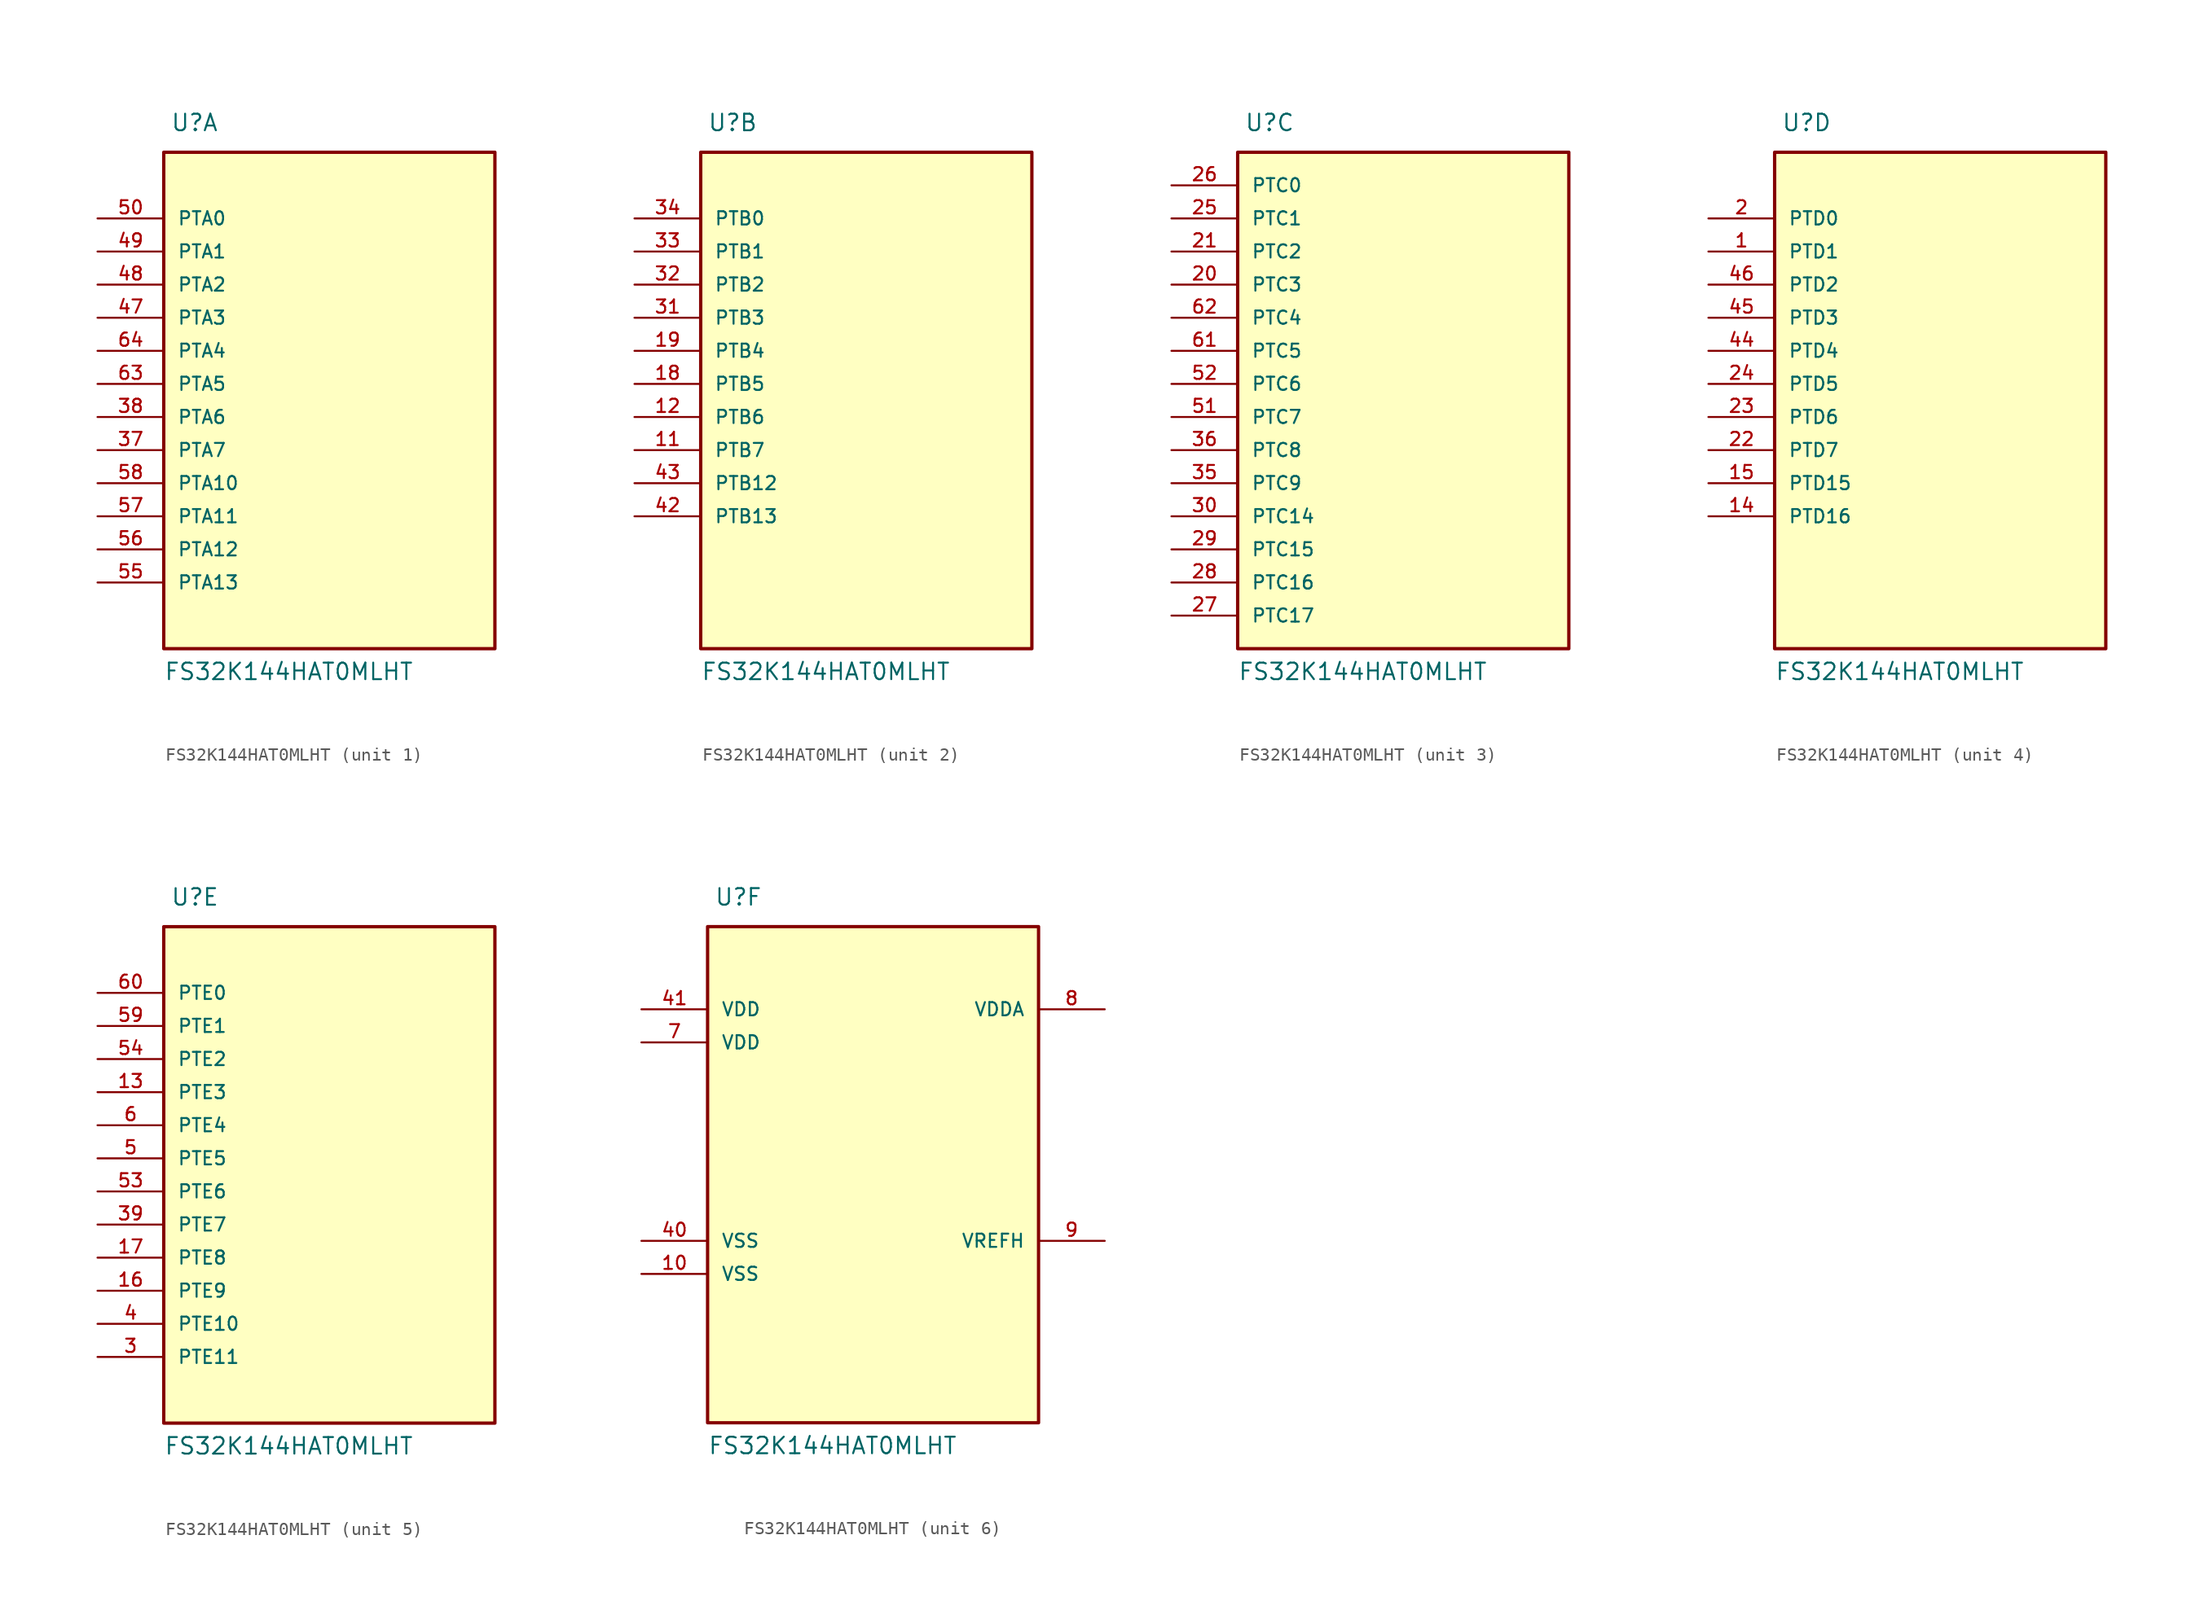
<source format=kicad_sym>
(kicad_symbol_lib
  (version 20231120)
  (generator "kicad_symbol_editor")
  (generator_version "8.0")
  (symbol "FS32K144HAT0MLHT"
    (pin_names
      (offset 1.016))
    (property "Reference" "U"
      (at -12.192 39.624 0)
      (effects (font (size 1.27 1.27)) (justify left bottom)))
    (property "Value" "FS32K144HAT0MLHT"
      (at -12.7 -1.016 0)
      (effects (font (size 1.27 1.27)) (justify left top)))
    (property "ki_locked" ""
      (at 0 0 0)
      (effects (font (size 1.27 1.27))))
    (symbol "FS32K144HAT0MLHT_1_0"
      (rectangle (start -12.7 38.1) (end 12.7 0) (stroke (width 0.254) (type default)) (fill (type background)))
      (pin bidirectional line (at -17.78 15.24 0) (length 5.08) (name "PTA7" (effects (font (size 1.016 1.016)))) (number "37" (effects (font (size 1.016 1.016)))) (alternate "ADC0_SE3" bidirectional line) (alternate "FTM0_FLT2" bidirectional line) (alternate "LPUART1_RTS" bidirectional line) (alternate "RTC_CLKIN" bidirectional line))
      (pin bidirectional line (at -17.78 17.78 0) (length 5.08) (name "PTA6" (effects (font (size 1.016 1.016)))) (number "38" (effects (font (size 1.016 1.016)))) (alternate "ADC0_SE2" bidirectional line) (alternate "FTM0_FLT1" bidirectional line) (alternate "LPSPI1_PCS1" bidirectional line) (alternate "LPUART1_CTS" bidirectional line))
      (pin bidirectional line (at -17.78 25.4 0) (length 5.08) (name "PTA3" (effects (font (size 1.016 1.016)))) (number "47" (effects (font (size 1.016 1.016)))) (alternate "ADC1_SE1" bidirectional line) (alternate "EWM_IN" bidirectional line) (alternate "FTM3_CH1" bidirectional line) (alternate "FXIO_D5" bidirectional line) (alternate "LPI2C0_SCL" bidirectional line) (alternate "LPUART0_TX" bidirectional line))
      (pin bidirectional line (at -17.78 27.94 0) (length 5.08) (name "PTA2" (effects (font (size 1.016 1.016)))) (number "48" (effects (font (size 1.016 1.016)))) (alternate "ADC1_SE0" bidirectional line) (alternate "EWM_OUT_b" bidirectional line) (alternate "FTM3_CH0" bidirectional line) (alternate "FXIO_D4" bidirectional line) (alternate "LPI2C0_SDA" bidirectional line) (alternate "LPUART0_RX" bidirectional line))
      (pin bidirectional line (at -17.78 30.48 0) (length 5.08) (name "PTA1" (effects (font (size 1.016 1.016)))) (number "49" (effects (font (size 1.016 1.016)))) (alternate "ADC0_SE1" bidirectional line) (alternate "CMP0_IN1" bidirectional line) (alternate "FTM1_CH1" bidirectional line) (alternate "FTM1_QD_PHA" bidirectional line) (alternate "FXIO_D3" bidirectional line) (alternate "LPI2C0_SDAS" bidirectional line) (alternate "LPUART0_RTS" bidirectional line) (alternate "TRGMUX_OUT0" bidirectional line))
      (pin bidirectional line (at -17.78 33.02 0) (length 5.08) (name "PTA0" (effects (font (size 1.016 1.016)))) (number "50" (effects (font (size 1.016 1.016)))) (alternate "ADC0_SE0" bidirectional line) (alternate "CMP0_IN0" bidirectional line) (alternate "FTM2_CH1" bidirectional line) (alternate "FTM2_QD_PHA" bidirectional line) (alternate "FXIO_D2" bidirectional line) (alternate "LPI2C0_SCLS" bidirectional line) (alternate "LPUART0_CTS" bidirectional line) (alternate "TRGMUX_OUT3" bidirectional line))
      (pin bidirectional line (at -17.78 5.08 0) (length 5.08) (name "PTA13" (effects (font (size 1.016 1.016)))) (number "55" (effects (font (size 1.016 1.016)))) (alternate "CAN1_TX" bidirectional line) (alternate "FTM1_CH7" bidirectional line) (alternate "FTM2_QD_PHA" bidirectional line))
      (pin bidirectional line (at -17.78 7.62 0) (length 5.08) (name "PTA12" (effects (font (size 1.016 1.016)))) (number "56" (effects (font (size 1.016 1.016)))) (alternate "CAN1_RX" bidirectional line) (alternate "FTM1_CH6" bidirectional line) (alternate "FTM2_QD_PHB" bidirectional line))
      (pin bidirectional line (at -17.78 10.16 0) (length 5.08) (name "PTA11" (effects (font (size 1.016 1.016)))) (number "57" (effects (font (size 1.016 1.016)))) (alternate "CMP0_RRT" bidirectional line) (alternate "FTM1_CH5" bidirectional line) (alternate "FXIO_D1" bidirectional line))
      (pin bidirectional line (at -17.78 12.7 0) (length 5.08) (name "PTA10" (effects (font (size 1.016 1.016)))) (number "58" (effects (font (size 1.016 1.016)))) (alternate "FTM1_CH4" bidirectional line) (alternate "FXIO_D0" bidirectional line) (alternate "JTAG_TDO" bidirectional line) (alternate "TRACE_SWO" bidirectional line))
      (pin bidirectional line (at -17.78 20.32 0) (length 5.08) (name "PTA5" (effects (font (size 1.016 1.016)))) (number "63" (effects (font (size 1.016 1.016)))) (alternate "RESET_b" bidirectional line) (alternate "TCLK1" bidirectional line))
      (pin bidirectional line (at -17.78 22.86 0) (length 5.08) (name "PTA4" (effects (font (size 1.016 1.016)))) (number "64" (effects (font (size 1.016 1.016)))) (alternate "CMP0_OUT" bidirectional line) (alternate "EWM_OUT_b" bidirectional line) (alternate "JTAG_TMS" bidirectional line) (alternate "SWD_DIO" bidirectional line)))
    (symbol "FS32K144HAT0MLHT_2_0"
      (rectangle (start -12.7 38.1) (end 12.7 0) (stroke (width 0.254) (type default)) (fill (type background)))
      (pin bidirectional line (at -17.78 15.24 0) (length 5.08) (name "PTB7" (effects (font (size 1.016 1.016)))) (number "11" (effects (font (size 1.016 1.016)))) (alternate "EXTAL" bidirectional line) (alternate "LPI2C0_SCL" bidirectional line))
      (pin bidirectional line (at -17.78 17.78 0) (length 5.08) (name "PTB6" (effects (font (size 1.016 1.016)))) (number "12" (effects (font (size 1.016 1.016)))) (alternate "LPI2C0_SDA" bidirectional line) (alternate "XTAL" bidirectional line))
      (pin bidirectional line (at -17.78 20.32 0) (length 5.08) (name "PTB5" (effects (font (size 1.016 1.016)))) (number "18" (effects (font (size 1.016 1.016)))) (alternate "CLKOUT" bidirectional line) (alternate "FTM0_CH5" bidirectional line) (alternate "LPSPI0_PCS0" bidirectional line) (alternate "LPSPI0_PCS1" bidirectional line) (alternate "TRGMUX_IN0" bidirectional line))
      (pin bidirectional line (at -17.78 22.86 0) (length 5.08) (name "PTB4" (effects (font (size 1.016 1.016)))) (number "19" (effects (font (size 1.016 1.016)))) (alternate "FTM0_CH4" bidirectional line) (alternate "LPSPI0_SOUT" bidirectional line) (alternate "TRGMUX_IN1" bidirectional line))
      (pin bidirectional line (at -17.78 25.4 0) (length 5.08) (name "PTB3" (effects (font (size 1.016 1.016)))) (number "31" (effects (font (size 1.016 1.016)))) (alternate "ADC0_SE7" bidirectional line) (alternate "FTM1_CH1" bidirectional line) (alternate "FTM1_QD_PHA" bidirectional line) (alternate "LPSPI0_SIN" bidirectional line) (alternate "TRGMUX_IN2" bidirectional line))
      (pin bidirectional line (at -17.78 27.94 0) (length 5.08) (name "PTB2" (effects (font (size 1.016 1.016)))) (number "32" (effects (font (size 1.016 1.016)))) (alternate "ADC0_SE6" bidirectional line) (alternate "FTM1_CH0" bidirectional line) (alternate "FTM1_QD_PHB" bidirectional line) (alternate "LPSPI0_SCK" bidirectional line) (alternate "TRGMUX_IN3" bidirectional line))
      (pin bidirectional line (at -17.78 30.48 0) (length 5.08) (name "PTB1" (effects (font (size 1.016 1.016)))) (number "33" (effects (font (size 1.016 1.016)))) (alternate "ADC0_SE5" bidirectional line) (alternate "ADC1_SE15" bidirectional line) (alternate "CAN0_TX" bidirectional line) (alternate "LPSPI0_SOUT" bidirectional line) (alternate "LPUART0_TX" bidirectional line) (alternate "TCLK0" bidirectional line))
      (pin bidirectional line (at -17.78 33.02 0) (length 5.08) (name "PTB0" (effects (font (size 1.016 1.016)))) (number "34" (effects (font (size 1.016 1.016)))) (alternate "ADC0_SE4" bidirectional line) (alternate "ADC1_SE14" bidirectional line) (alternate "CAN0_RX" bidirectional line) (alternate "LPSPI0_PCS0" bidirectional line) (alternate "LPTMR0_ALT3" bidirectional line) (alternate "LPUART0_RX" bidirectional line))
      (pin bidirectional line (at -17.78 10.16 0) (length 5.08) (name "PTB13" (effects (font (size 1.016 1.016)))) (number "42" (effects (font (size 1.016 1.016)))) (alternate "ADC0_SE8" bidirectional line) (alternate "ADC1_SE8" bidirectional line) (alternate "CAN2_TX" bidirectional line) (alternate "FTM0_CH1" bidirectional line) (alternate "FTM3_FLT1" bidirectional line))
      (pin bidirectional line (at -17.78 12.7 0) (length 5.08) (name "PTB12" (effects (font (size 1.016 1.016)))) (number "43" (effects (font (size 1.016 1.016)))) (alternate "ADC1_SE7" bidirectional line) (alternate "CAN2_RX" bidirectional line) (alternate "FTM0_CH0" bidirectional line) (alternate "FTM3_FLT2" bidirectional line)))
    (symbol "FS32K144HAT0MLHT_3_0"
      (rectangle (start -12.7 38.1) (end 12.7 0) (stroke (width 0.254) (type default)) (fill (type background)))
      (pin bidirectional line (at -17.78 27.94 0) (length 5.08) (name "PTC3" (effects (font (size 1.016 1.016)))) (number "20" (effects (font (size 1.016 1.016)))) (alternate "ADC0_SE11" bidirectional line) (alternate "CAN0_TX" bidirectional line) (alternate "CMP0_IN4" bidirectional line) (alternate "FTM0_CH3" bidirectional line) (alternate "LPUART0_TX" bidirectional line))
      (pin bidirectional line (at -17.78 30.48 0) (length 5.08) (name "PTC2" (effects (font (size 1.016 1.016)))) (number "21" (effects (font (size 1.016 1.016)))) (alternate "ADC0_SE10" bidirectional line) (alternate "CAN0_RX" bidirectional line) (alternate "CMP0_IN5" bidirectional line) (alternate "FTM0_CH2" bidirectional line) (alternate "LPUART0_RX" bidirectional line))
      (pin bidirectional line (at -17.78 33.02 0) (length 5.08) (name "PTC1" (effects (font (size 1.016 1.016)))) (number "25" (effects (font (size 1.016 1.016)))) (alternate "ADC0_SE9" bidirectional line) (alternate "FTM0_CH1" bidirectional line) (alternate "FTM1_CH7" bidirectional line) (alternate "LPSPI2_SOUT" bidirectional line))
      (pin bidirectional line (at -17.78 35.56 0) (length 5.08) (name "PTC0" (effects (font (size 1.016 1.016)))) (number "26" (effects (font (size 1.016 1.016)))) (alternate "ADC0_SE8" bidirectional line) (alternate "FTM0_CH0" bidirectional line) (alternate "FTM1_CH6" bidirectional line) (alternate "LPSPI2_SIN" bidirectional line))
      (pin bidirectional line (at -17.78 2.54 0) (length 5.08) (name "PTC17" (effects (font (size 1.016 1.016)))) (number "27" (effects (font (size 1.016 1.016)))) (alternate "ADC0_SE15" bidirectional line) (alternate "CAN2_TX" bidirectional line) (alternate "FTM1_FLT3" bidirectional line))
      (pin bidirectional line (at -17.78 5.08 0) (length 5.08) (name "PTC16" (effects (font (size 1.016 1.016)))) (number "28" (effects (font (size 1.016 1.016)))) (alternate "ADC0_SE14" bidirectional line) (alternate "CAN2_RX" bidirectional line) (alternate "FTM1_FLT2" bidirectional line))
      (pin bidirectional line (at -17.78 7.62 0) (length 5.08) (name "PTC15" (effects (font (size 1.016 1.016)))) (number "29" (effects (font (size 1.016 1.016)))) (alternate "ADC0_SE13" bidirectional line) (alternate "FTM1_CH3" bidirectional line) (alternate "LPSPI2_SCK" bidirectional line) (alternate "TRGMUX_IN8" bidirectional line))
      (pin bidirectional line (at -17.78 10.16 0) (length 5.08) (name "PTC14" (effects (font (size 1.016 1.016)))) (number "30" (effects (font (size 1.016 1.016)))) (alternate "ADC0_SE12" bidirectional line) (alternate "FTM1_CH2" bidirectional line) (alternate "LPSPI2_PCS0" bidirectional line) (alternate "TRGMUX_IN9" bidirectional line))
      (pin bidirectional line (at -17.78 12.7 0) (length 5.08) (name "PTC9" (effects (font (size 1.016 1.016)))) (number "35" (effects (font (size 1.016 1.016)))) (alternate "FTM1_FLT1" bidirectional line) (alternate "LPUART0_RTS" bidirectional line) (alternate "LPUART1_TX" bidirectional line))
      (pin bidirectional line (at -17.78 15.24 0) (length 5.08) (name "PTC8" (effects (font (size 1.016 1.016)))) (number "36" (effects (font (size 1.016 1.016)))) (alternate "FTM1_FLT0" bidirectional line) (alternate "LPUART0_CTS" bidirectional line) (alternate "LPUART1_RX" bidirectional line))
      (pin bidirectional line (at -17.78 17.78 0) (length 5.08) (name "PTC7" (effects (font (size 1.016 1.016)))) (number "51" (effects (font (size 1.016 1.016)))) (alternate "ADC1_SE5" bidirectional line) (alternate "CAN1_TX" bidirectional line) (alternate "FTM1_QD_PHA" bidirectional line) (alternate "FTM3_CH3" bidirectional line) (alternate "LPUART1_TX" bidirectional line))
      (pin bidirectional line (at -17.78 20.32 0) (length 5.08) (name "PTC6" (effects (font (size 1.016 1.016)))) (number "52" (effects (font (size 1.016 1.016)))) (alternate "ADC1_SE4" bidirectional line) (alternate "CAN1_RX" bidirectional line) (alternate "FTM1_QD_PHB" bidirectional line) (alternate "FTM3_CH2" bidirectional line) (alternate "LPUART1_RX" bidirectional line))
      (pin bidirectional line (at -17.78 22.86 0) (length 5.08) (name "PTC5" (effects (font (size 1.016 1.016)))) (number "61" (effects (font (size 1.016 1.016)))) (alternate "FTM2_CH0" bidirectional line) (alternate "FTM2_QD_PHB" bidirectional line) (alternate "JTAG_TDI" bidirectional line) (alternate "RTC_CLKOUT" bidirectional line))
      (pin bidirectional line (at -17.78 25.4 0) (length 5.08) (name "PTC4" (effects (font (size 1.016 1.016)))) (number "62" (effects (font (size 1.016 1.016)))) (alternate "CMP0_IN2" bidirectional line) (alternate "EWM_IN" bidirectional line) (alternate "FTM1_CH0" bidirectional line) (alternate "FTM1_QD_PHB" bidirectional line) (alternate "JTAG_TCLK" bidirectional line) (alternate "RTC_CLKOUT" bidirectional line) (alternate "SWD_CLK" bidirectional line)))
    (symbol "FS32K144HAT0MLHT_4_0"
      (rectangle (start -12.7 38.1) (end 12.7 0) (stroke (width 0.254) (type default)) (fill (type background)))
      (pin bidirectional line (at -17.78 30.48 0) (length 5.08) (name "PTD1" (effects (font (size 1.016 1.016)))) (number "1" (effects (font (size 1.016 1.016)))) (alternate "FTM0_CH3" bidirectional line) (alternate "FTM2_CH1" bidirectional line) (alternate "FXIO_D1" bidirectional line) (alternate "LPSPI1_SIN" bidirectional line) (alternate "TRGMUX_OUT2" bidirectional line))
      (pin bidirectional line (at -17.78 10.16 0) (length 5.08) (name "PTD16" (effects (font (size 1.016 1.016)))) (number "14" (effects (font (size 1.016 1.016)))) (alternate "CMP0_RRT" bidirectional line) (alternate "FTM0_CH1" bidirectional line) (alternate "LPSPI0_SIN" bidirectional line))
      (pin bidirectional line (at -17.78 12.7 0) (length 5.08) (name "PTD15" (effects (font (size 1.016 1.016)))) (number "15" (effects (font (size 1.016 1.016)))) (alternate "FTM0_CH0" bidirectional line) (alternate "LPSPI0_SCK" bidirectional line))
      (pin bidirectional line (at -17.78 33.02 0) (length 5.08) (name "PTD0" (effects (font (size 1.016 1.016)))) (number "2" (effects (font (size 1.016 1.016)))) (alternate "FTM0_CH2" bidirectional line) (alternate "FTM2_CH0" bidirectional line) (alternate "FXIO_D0" bidirectional line) (alternate "LPSPI1_SCK" bidirectional line) (alternate "TRGMUX_OUT1" bidirectional line))
      (pin bidirectional line (at -17.78 15.24 0) (length 5.08) (name "PTD7" (effects (font (size 1.016 1.016)))) (number "22" (effects (font (size 1.016 1.016)))) (alternate "CMP0_IN6" bidirectional line) (alternate "FTM2_FLT3" bidirectional line) (alternate "LPUART2_TX" bidirectional line))
      (pin bidirectional line (at -17.78 17.78 0) (length 5.08) (name "PTD6" (effects (font (size 1.016 1.016)))) (number "23" (effects (font (size 1.016 1.016)))) (alternate "CMP0_IN7" bidirectional line) (alternate "FTM2_FLT2" bidirectional line) (alternate "LPUART2_RX" bidirectional line))
      (pin bidirectional line (at -17.78 20.32 0) (length 5.08) (name "PTD5" (effects (font (size 1.016 1.016)))) (number "24" (effects (font (size 1.016 1.016)))) (alternate "FTM2_CH3" bidirectional line) (alternate "FTM2_FLT1" bidirectional line) (alternate "LPTMR0_ALT2" bidirectional line) (alternate "TRGMUX_IN7" bidirectional line))
      (pin bidirectional line (at -17.78 22.86 0) (length 5.08) (name "PTD4" (effects (font (size 1.016 1.016)))) (number "44" (effects (font (size 1.016 1.016)))) (alternate "ADC1_SE6" bidirectional line) (alternate "FTM0_FLT3" bidirectional line) (alternate "FTM3_FLT3" bidirectional line))
      (pin bidirectional line (at -17.78 25.4 0) (length 5.08) (name "PTD3" (effects (font (size 1.016 1.016)))) (number "45" (effects (font (size 1.016 1.016)))) (alternate "ADC1_SE3" bidirectional line) (alternate "FTM3_CH5" bidirectional line) (alternate "FXIO_D5" bidirectional line) (alternate "FXIO_D7" bidirectional line) (alternate "LPSPI1_PCS0" bidirectional line) (alternate "NMI_b" bidirectional line) (alternate "TRGMUX_IN4" bidirectional line))
      (pin bidirectional line (at -17.78 27.94 0) (length 5.08) (name "PTD2" (effects (font (size 1.016 1.016)))) (number "46" (effects (font (size 1.016 1.016)))) (alternate "ADC1_SE2" bidirectional line) (alternate "FTM3_CH4" bidirectional line) (alternate "FXIO_D4" bidirectional line) (alternate "FXIO_D6" bidirectional line) (alternate "LPSPI1_SOUT" bidirectional line) (alternate "TRGMUX_IN5" bidirectional line)))
    (symbol "FS32K144HAT0MLHT_5_0"
      (rectangle (start -12.7 38.1) (end 12.7 0) (stroke (width 0.254) (type default)) (fill (type background)))
      (pin bidirectional line (at -17.78 25.4 0) (length 5.08) (name "PTE3" (effects (font (size 1.016 1.016)))) (number "13" (effects (font (size 1.016 1.016)))) (alternate "CMP0_OUT" bidirectional line) (alternate "FTM0_FLT0" bidirectional line) (alternate "FTM2_FLT0" bidirectional line) (alternate "LPUART2_RTS" bidirectional line) (alternate "TRGMUX_IN6" bidirectional line))
      (pin bidirectional line (at -17.78 10.16 0) (length 5.08) (name "PTE9" (effects (font (size 1.016 1.016)))) (number "16" (effects (font (size 1.016 1.016)))) (alternate "FTM0_CH7" bidirectional line) (alternate "LPUART2_CTS" bidirectional line))
      (pin bidirectional line (at -17.78 12.7 0) (length 5.08) (name "PTE8" (effects (font (size 1.016 1.016)))) (number "17" (effects (font (size 1.016 1.016)))) (alternate "CMP0_IN3" bidirectional line) (alternate "FTM0_CH6" bidirectional line))
      (pin bidirectional line (at -17.78 5.08 0) (length 5.08) (name "PTE11" (effects (font (size 1.016 1.016)))) (number "3" (effects (font (size 1.016 1.016)))) (alternate "FTM2_CH5" bidirectional line) (alternate "FXIO_D5" bidirectional line) (alternate "LPSPI2_PCS0" bidirectional line) (alternate "LPTMR0_ALT1" bidirectional line) (alternate "TRGMUX_OUT5" bidirectional line))
      (pin bidirectional line (at -17.78 15.24 0) (length 5.08) (name "PTE7" (effects (font (size 1.016 1.016)))) (number "39" (effects (font (size 1.016 1.016)))) (alternate "FTM0_CH7" bidirectional line) (alternate "FTM3_FLT0" bidirectional line))
      (pin bidirectional line (at -17.78 7.62 0) (length 5.08) (name "PTE10" (effects (font (size 1.016 1.016)))) (number "4" (effects (font (size 1.016 1.016)))) (alternate "CLKOUT" bidirectional line) (alternate "FTM2_CH4" bidirectional line) (alternate "FXIO_D4" bidirectional line) (alternate "LPSPI2_PCS1" bidirectional line) (alternate "TRGMUX_OUT4" bidirectional line))
      (pin bidirectional line (at -17.78 20.32 0) (length 5.08) (name "PTE5" (effects (font (size 1.016 1.016)))) (number "5" (effects (font (size 1.016 1.016)))) (alternate "CAN0_TX" bidirectional line) (alternate "EWM_IN" bidirectional line) (alternate "FTM2_CH3" bidirectional line) (alternate "FTM2_QD_PHA" bidirectional line) (alternate "FXIO_D7" bidirectional line) (alternate "TCLK2" bidirectional line))
      (pin bidirectional line (at -17.78 17.78 0) (length 5.08) (name "PTE6" (effects (font (size 1.016 1.016)))) (number "53" (effects (font (size 1.016 1.016)))) (alternate "ADC1_SE11" bidirectional line) (alternate "FTM3_CH7" bidirectional line) (alternate "LPSPI0_PCS2" bidirectional line) (alternate "LPUART1_RTS" bidirectional line))
      (pin bidirectional line (at -17.78 27.94 0) (length 5.08) (name "PTE2" (effects (font (size 1.016 1.016)))) (number "54" (effects (font (size 1.016 1.016)))) (alternate "ADC1_SE10" bidirectional line) (alternate "FTM3_CH6" bidirectional line) (alternate "LPSPI0_SOUT" bidirectional line) (alternate "LPTMR0_ALT3" bidirectional line) (alternate "LPUART1_CTS" bidirectional line))
      (pin bidirectional line (at -17.78 30.48 0) (length 5.08) (name "PTE1" (effects (font (size 1.016 1.016)))) (number "59" (effects (font (size 1.016 1.016)))) (alternate "FTM1_FLT1" bidirectional line) (alternate "LPI2C0_HREQ" bidirectional line) (alternate "LPSPI0_SIN" bidirectional line) (alternate "LPSPI1_PCS0" bidirectional line))
      (pin bidirectional line (at -17.78 22.86 0) (length 5.08) (name "PTE4" (effects (font (size 1.016 1.016)))) (number "6" (effects (font (size 1.016 1.016)))) (alternate "CAN0_RX" bidirectional line) (alternate "EWM_OUT_b" bidirectional line) (alternate "FTM2_CH2" bidirectional line) (alternate "FTM2_QD_PHB" bidirectional line) (alternate "FXIO_D6" bidirectional line))
      (pin bidirectional line (at -17.78 33.02 0) (length 5.08) (name "PTE0" (effects (font (size 1.016 1.016)))) (number "60" (effects (font (size 1.016 1.016)))) (alternate "FTM1_FLT2" bidirectional line) (alternate "LPSPI0_SCK" bidirectional line) (alternate "LPSPI1_SOUT" bidirectional line) (alternate "TCLK1" bidirectional line)))
    (symbol "FS32K144HAT0MLHT_6_0"
      (rectangle (start -12.7 38.1) (end 12.7 0) (stroke (width 0.254) (type default)) (fill (type background)))
      (pin power_in line (at -17.78 11.43 0) (length 5.08) (name "VSS" (effects (font (size 1.016 1.016)))) (number "10" (effects (font (size 1.016 1.016)))))
      (pin power_in line (at -17.78 13.97 0) (length 5.08) (name "VSS" (effects (font (size 1.016 1.016)))) (number "40" (effects (font (size 1.016 1.016)))))
      (pin power_in line (at -17.78 31.75 0) (length 5.08) (name "VDD" (effects (font (size 1.016 1.016)))) (number "41" (effects (font (size 1.016 1.016)))))
      (pin power_in line (at -17.78 29.21 0) (length 5.08) (name "VDD" (effects (font (size 1.016 1.016)))) (number "7" (effects (font (size 1.016 1.016)))))
      (pin power_in line (at 17.78 31.75 180) (length 5.08) (name "VDDA" (effects (font (size 1.016 1.016)))) (number "8" (effects (font (size 1.016 1.016)))))
      (pin power_in line (at 17.78 13.97 180) (length 5.08) (name "VREFH" (effects (font (size 1.016 1.016)))) (number "9" (effects (font (size 1.016 1.016))))))))
</source>
